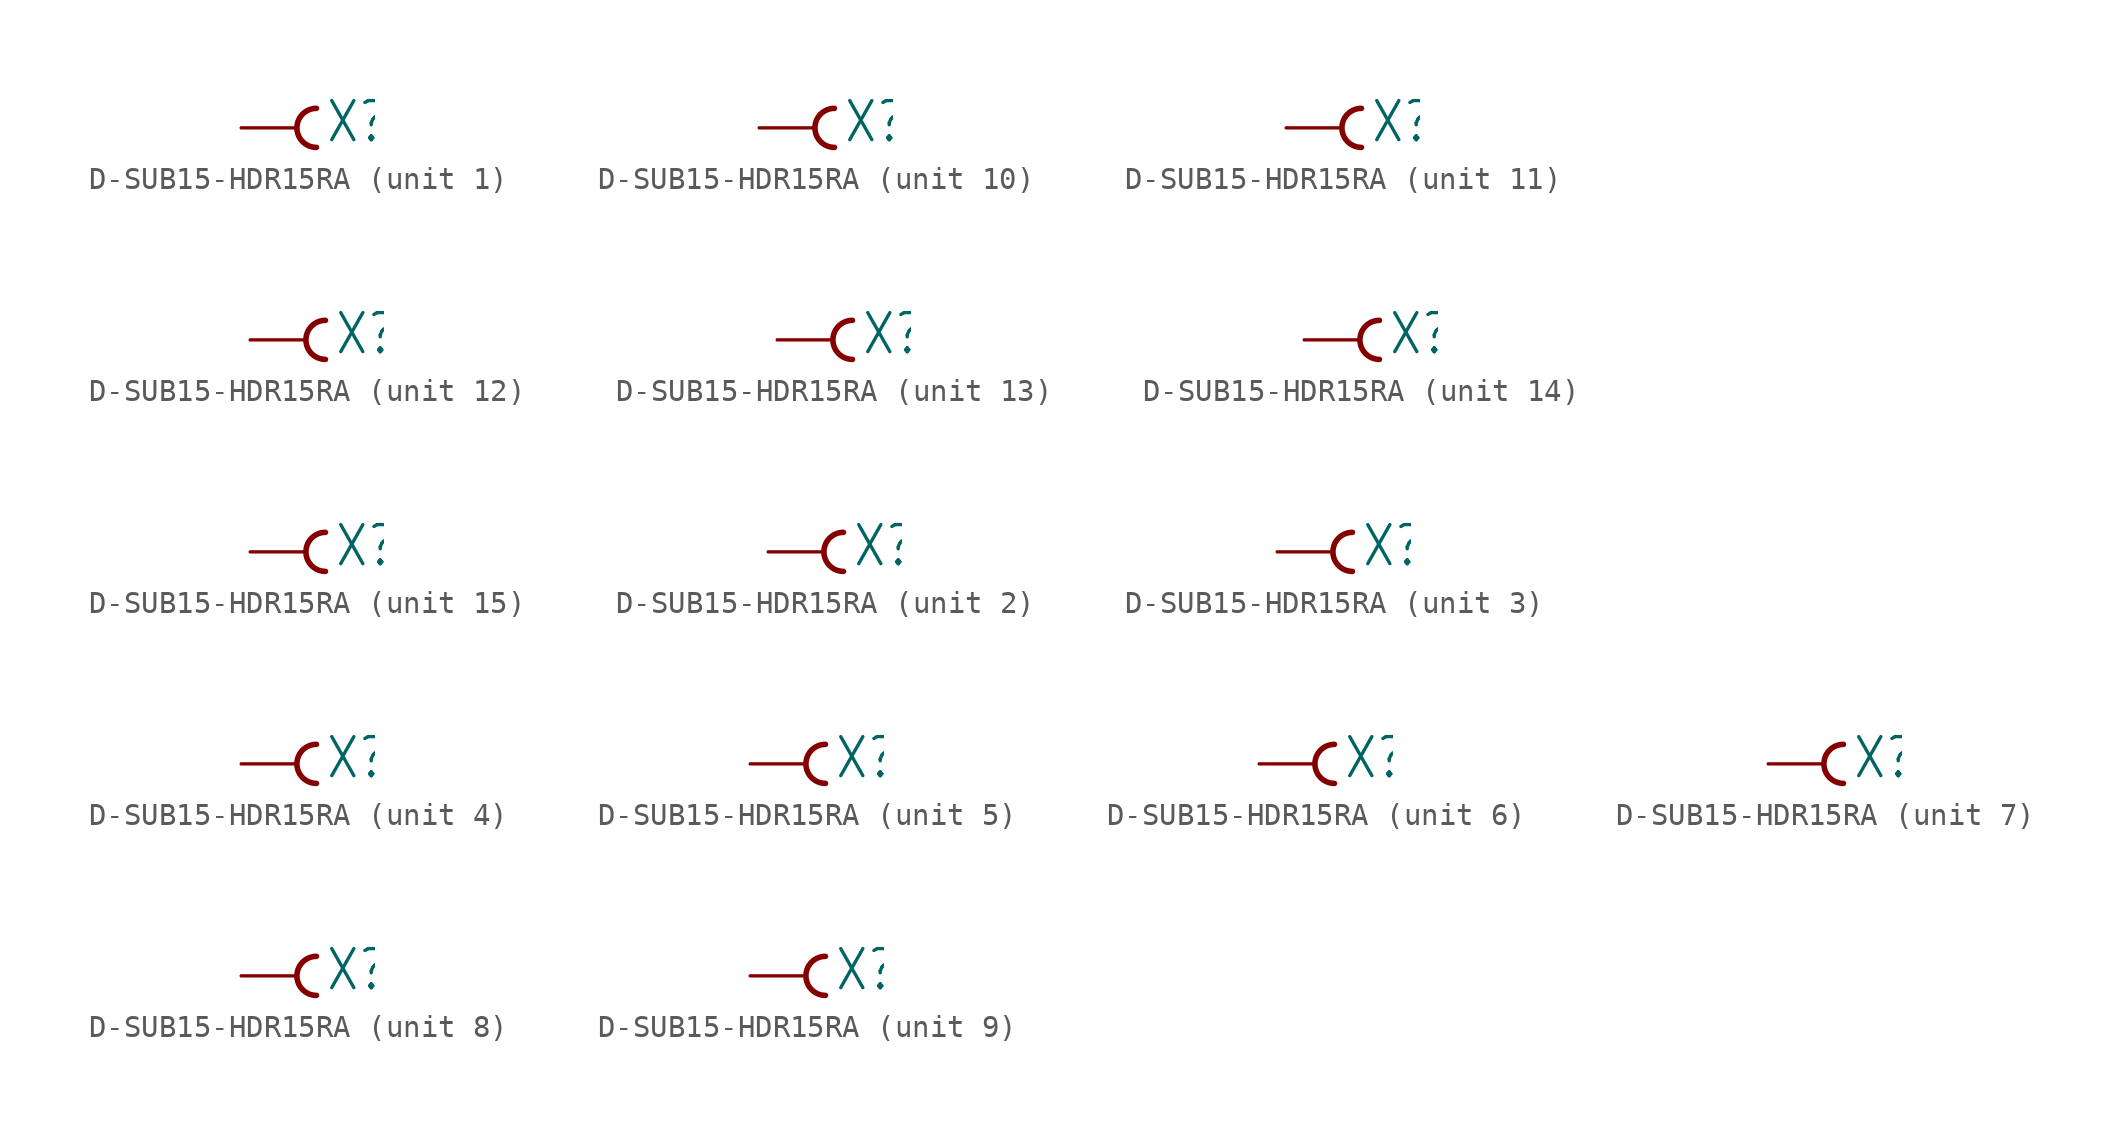
<source format=kicad_sym>
(kicad_symbol_lib
  (version 20220914)
  (generator kicad_symbol_editor)
  (symbol "D-SUB15-HDR15RA"
    (property "Reference" "X"
      (at 1.27 -0.762 0)
      (effects (font (size 1.778 1.511)) (justify left bottom)))
    (property "ki_locked" ""
      (at 0 0 0)
      (effects (font (size 1.27 1.27))))
    (symbol "D-SUB15-HDR15RA_1_0"
      (arc (start 0.889 0.889) (mid 0 0) (end 0.889 -0.889) (stroke (width 0.254) (type solid)) (fill (type none)))
      (pin passive line (at -2.54 0 0) (length 2.54) (name "F" (effects (font (size 0 0)))) (number "1" (effects (font (size 0 0))))))
    (symbol "D-SUB15-HDR15RA_2_0"
      (arc (start 0.889 0.889) (mid 0 0) (end 0.889 -0.889) (stroke (width 0.254) (type solid)) (fill (type none)))
      (pin passive line (at -2.54 0 0) (length 2.54) (name "F" (effects (font (size 0 0)))) (number "2" (effects (font (size 0 0))))))
    (symbol "D-SUB15-HDR15RA_3_0"
      (arc (start 0.889 0.889) (mid 0 0) (end 0.889 -0.889) (stroke (width 0.254) (type solid)) (fill (type none)))
      (pin passive line (at -2.54 0 0) (length 2.54) (name "F" (effects (font (size 0 0)))) (number "3" (effects (font (size 0 0))))))
    (symbol "D-SUB15-HDR15RA_4_0"
      (arc (start 0.889 0.889) (mid 0 0) (end 0.889 -0.889) (stroke (width 0.254) (type solid)) (fill (type none)))
      (pin passive line (at -2.54 0 0) (length 2.54) (name "F" (effects (font (size 0 0)))) (number "4" (effects (font (size 0 0))))))
    (symbol "D-SUB15-HDR15RA_5_0"
      (arc (start 0.889 0.889) (mid 0 0) (end 0.889 -0.889) (stroke (width 0.254) (type solid)) (fill (type none)))
      (pin passive line (at -2.54 0 0) (length 2.54) (name "F" (effects (font (size 0 0)))) (number "5" (effects (font (size 0 0))))))
    (symbol "D-SUB15-HDR15RA_6_0"
      (arc (start 0.889 0.889) (mid 0 0) (end 0.889 -0.889) (stroke (width 0.254) (type solid)) (fill (type none)))
      (pin passive line (at -2.54 0 0) (length 2.54) (name "F" (effects (font (size 0 0)))) (number "6" (effects (font (size 0 0))))))
    (symbol "D-SUB15-HDR15RA_7_0"
      (arc (start 0.889 0.889) (mid 0 0) (end 0.889 -0.889) (stroke (width 0.254) (type solid)) (fill (type none)))
      (pin passive line (at -2.54 0 0) (length 2.54) (name "F" (effects (font (size 0 0)))) (number "7" (effects (font (size 0 0))))))
    (symbol "D-SUB15-HDR15RA_8_0"
      (arc (start 0.889 0.889) (mid 0 0) (end 0.889 -0.889) (stroke (width 0.254) (type solid)) (fill (type none)))
      (pin passive line (at -2.54 0 0) (length 2.54) (name "F" (effects (font (size 0 0)))) (number "8" (effects (font (size 0 0))))))
    (symbol "D-SUB15-HDR15RA_9_0"
      (arc (start 0.889 0.889) (mid 0 0) (end 0.889 -0.889) (stroke (width 0.254) (type solid)) (fill (type none)))
      (pin passive line (at -2.54 0 0) (length 2.54) (name "F" (effects (font (size 0 0)))) (number "9" (effects (font (size 0 0))))))
    (symbol "D-SUB15-HDR15RA_10_0"
      (arc (start 0.889 0.889) (mid 0 0) (end 0.889 -0.889) (stroke (width 0.254) (type solid)) (fill (type none)))
      (pin passive line (at -2.54 0 0) (length 2.54) (name "F" (effects (font (size 0 0)))) (number "10" (effects (font (size 0 0))))))
    (symbol "D-SUB15-HDR15RA_11_0"
      (arc (start 0.889 0.889) (mid 0 0) (end 0.889 -0.889) (stroke (width 0.254) (type solid)) (fill (type none)))
      (pin passive line (at -2.54 0 0) (length 2.54) (name "F" (effects (font (size 0 0)))) (number "11" (effects (font (size 0 0))))))
    (symbol "D-SUB15-HDR15RA_12_0"
      (arc (start 0.889 0.889) (mid 0 0) (end 0.889 -0.889) (stroke (width 0.254) (type solid)) (fill (type none)))
      (pin passive line (at -2.54 0 0) (length 2.54) (name "F" (effects (font (size 0 0)))) (number "12" (effects (font (size 0 0))))))
    (symbol "D-SUB15-HDR15RA_13_0"
      (arc (start 0.889 0.889) (mid 0 0) (end 0.889 -0.889) (stroke (width 0.254) (type solid)) (fill (type none)))
      (pin passive line (at -2.54 0 0) (length 2.54) (name "F" (effects (font (size 0 0)))) (number "13" (effects (font (size 0 0))))))
    (symbol "D-SUB15-HDR15RA_14_0"
      (arc (start 0.889 0.889) (mid 0 0) (end 0.889 -0.889) (stroke (width 0.254) (type solid)) (fill (type none)))
      (pin passive line (at -2.54 0 0) (length 2.54) (name "F" (effects (font (size 0 0)))) (number "14" (effects (font (size 0 0))))))
    (symbol "D-SUB15-HDR15RA_15_0"
      (arc (start 0.889 0.889) (mid 0 0) (end 0.889 -0.889) (stroke (width 0.254) (type solid)) (fill (type none)))
      (pin passive line (at -2.54 0 0) (length 2.54) (name "F" (effects (font (size 0 0)))) (number "15" (effects (font (size 0 0))))))))
</source>
